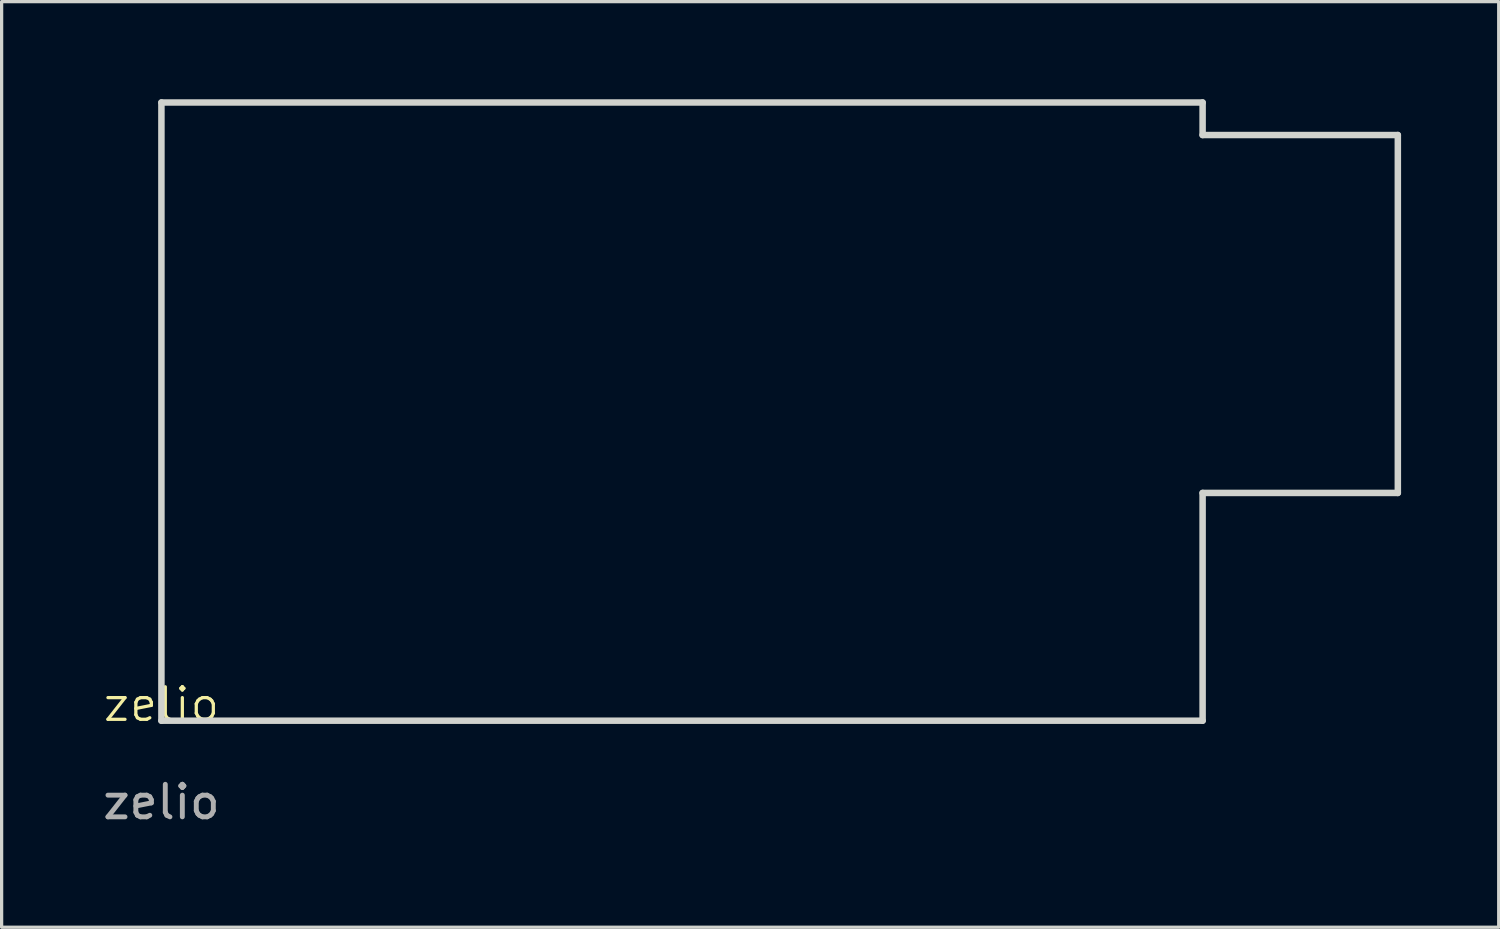
<source format=kicad_pcb>
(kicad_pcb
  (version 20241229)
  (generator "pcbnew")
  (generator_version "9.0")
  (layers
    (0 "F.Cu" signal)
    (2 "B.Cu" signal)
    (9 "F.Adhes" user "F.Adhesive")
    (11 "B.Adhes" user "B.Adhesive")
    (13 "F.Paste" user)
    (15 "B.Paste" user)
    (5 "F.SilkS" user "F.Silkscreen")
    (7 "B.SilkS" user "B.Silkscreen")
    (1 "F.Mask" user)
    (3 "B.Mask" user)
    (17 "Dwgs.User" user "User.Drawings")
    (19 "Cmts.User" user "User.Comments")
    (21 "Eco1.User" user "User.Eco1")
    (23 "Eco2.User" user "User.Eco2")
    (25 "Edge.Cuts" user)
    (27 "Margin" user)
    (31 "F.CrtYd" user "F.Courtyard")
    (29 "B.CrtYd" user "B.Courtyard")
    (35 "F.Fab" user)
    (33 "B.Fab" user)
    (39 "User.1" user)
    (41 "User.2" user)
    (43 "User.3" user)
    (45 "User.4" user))
  (footprint "zelio"
    (layer "F.Cu")
    (at 1.911 19.1)
    (property "Reference" "zelio" (at 0 -0.5 0) (unlocked yes) (layer "F.SilkS") (effects (font (size 1 1) (thickness 0.1))))
    (fp_line (start 0 -19) (end 32 -19) (stroke (width 0.2) (type solid)) (layer "Edge.Cuts"))
    (fp_line (start 0 0.000021) (end 0 -19) (stroke (width 0.2) (type solid)) (layer "Edge.Cuts"))
    (fp_line (start 32 -19) (end 32 -18) (stroke (width 0.2) (type solid)) (layer "Edge.Cuts"))
    (fp_line (start 32 -18) (end 38 -18) (stroke (width 0.2) (type solid)) (layer "Edge.Cuts"))
    (fp_line (start 32 -7) (end 32 0.000021) (stroke (width 0.2) (type solid)) (layer "Edge.Cuts"))
    (fp_line (start 32 0.000021) (end 0 0.000021) (stroke (width 0.2) (type solid)) (layer "Edge.Cuts"))
    (fp_line (start 38 -18) (end 38 -7) (stroke (width 0.2) (type solid)) (layer "Edge.Cuts"))
    (fp_line (start 38 -7) (end 32 -7) (stroke (width 0.2) (type solid)) (layer "Edge.Cuts"))
    (fp_text user "${REFERENCE}" (at 0 2.5 0) (unlocked yes) (layer "F.Fab") (effects (font (size 1 1) (thickness 0.15)))))
  (gr_rect
    (start -3 -3)
    (end 43.011 25.448)
    (stroke (width 0.1) (type default))
    (fill no)
    (layer "Edge.Cuts")))
</source>
